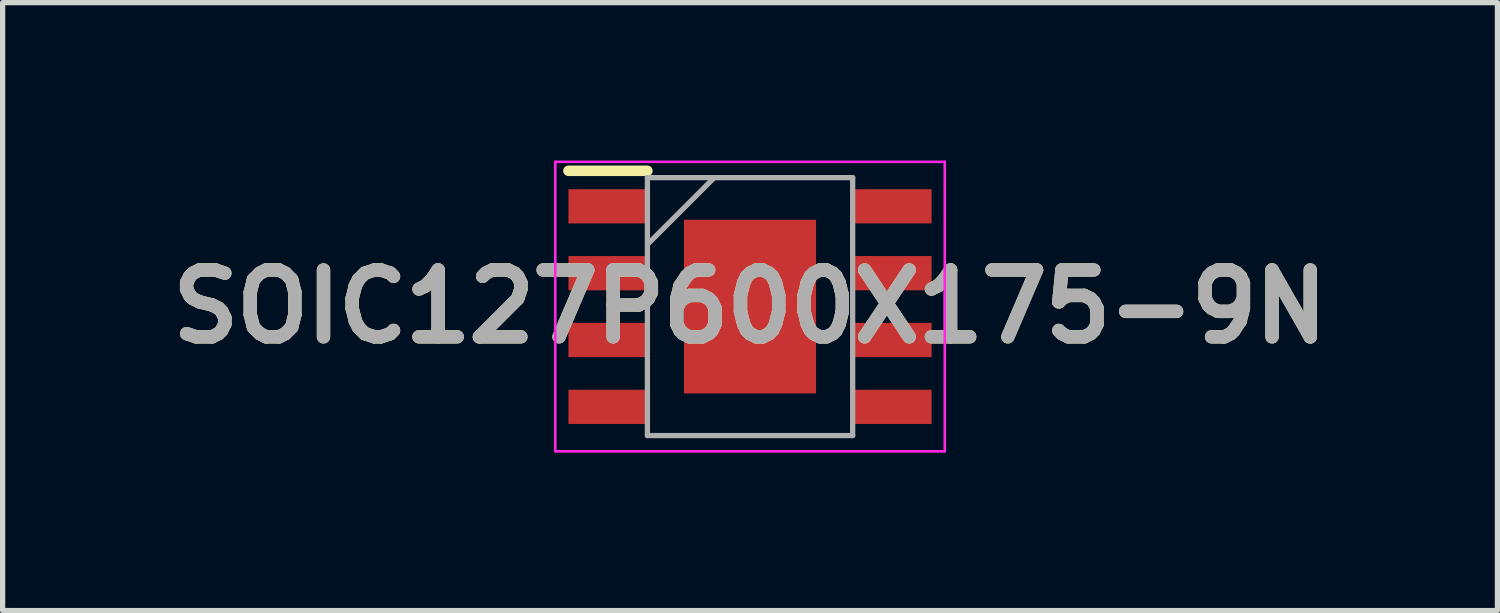
<source format=kicad_pcb>
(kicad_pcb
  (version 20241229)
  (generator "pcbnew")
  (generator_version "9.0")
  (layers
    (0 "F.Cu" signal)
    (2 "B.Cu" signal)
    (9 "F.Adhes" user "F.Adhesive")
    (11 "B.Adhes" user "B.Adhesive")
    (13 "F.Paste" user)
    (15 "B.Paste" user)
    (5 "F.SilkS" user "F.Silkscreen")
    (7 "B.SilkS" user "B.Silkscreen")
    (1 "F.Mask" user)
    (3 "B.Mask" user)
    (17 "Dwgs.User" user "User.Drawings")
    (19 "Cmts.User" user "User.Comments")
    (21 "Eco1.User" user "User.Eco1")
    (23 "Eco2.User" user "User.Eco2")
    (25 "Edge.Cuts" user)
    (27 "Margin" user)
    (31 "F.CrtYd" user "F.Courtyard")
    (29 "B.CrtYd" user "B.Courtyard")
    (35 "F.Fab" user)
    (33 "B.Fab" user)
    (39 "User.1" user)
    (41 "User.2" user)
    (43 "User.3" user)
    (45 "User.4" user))
  (footprint "SOIC127P600X175-9N"
    (layer "F.Cu")
    (at 11.2 2.775)
    (property "Reference" "SOIC127P600X175-9N" (at 0 0 0) (layer "F.SilkS") (effects (font (size 1.27 1.27) (thickness 0.254))))
    (attr smd)
    (fp_line (start -3.45 -2.58) (end -1.95 -2.58) (stroke (width 0.2) (type solid)) (layer "F.SilkS"))
    (fp_line (start -3.7 -2.75) (end 3.7 -2.75) (stroke (width 0.05) (type solid)) (layer "F.CrtYd"))
    (fp_line (start -3.7 2.75) (end -3.7 -2.75) (stroke (width 0.05) (type solid)) (layer "F.CrtYd"))
    (fp_line (start 3.7 -2.75) (end 3.7 2.75) (stroke (width 0.05) (type solid)) (layer "F.CrtYd"))
    (fp_line (start 3.7 2.75) (end -3.7 2.75) (stroke (width 0.05) (type solid)) (layer "F.CrtYd"))
    (fp_line (start -1.95 -2.45) (end 1.95 -2.45) (stroke (width 0.1) (type solid)) (layer "F.Fab"))
    (fp_line (start -1.95 -1.18) (end -0.68 -2.45) (stroke (width 0.1) (type solid)) (layer "F.Fab"))
    (fp_line (start -1.95 2.45) (end -1.95 -2.45) (stroke (width 0.1) (type solid)) (layer "F.Fab"))
    (fp_line (start 1.95 -2.45) (end 1.95 2.45) (stroke (width 0.1) (type solid)) (layer "F.Fab"))
    (fp_line (start 1.95 2.45) (end -1.95 2.45) (stroke (width 0.1) (type solid)) (layer "F.Fab"))
    (fp_text user "${REFERENCE}" (at 0 0 0) (layer "F.Fab") (effects (font (size 1.27 1.27) (thickness 0.254))))
    (pad "1" smd rect (at -2.7 -1.905 90) (size 0.65 1.5) (layers "F.Cu" "F.Mask" "F.Paste"))
    (pad "2" smd rect (at -2.7 -0.635 90) (size 0.65 1.5) (layers "F.Cu" "F.Mask" "F.Paste"))
    (pad "3" smd rect (at -2.7 0.635 90) (size 0.65 1.5) (layers "F.Cu" "F.Mask" "F.Paste"))
    (pad "4" smd rect (at -2.7 1.905 90) (size 0.65 1.5) (layers "F.Cu" "F.Mask" "F.Paste"))
    (pad "5" smd rect (at 2.7 1.905 90) (size 0.65 1.5) (layers "F.Cu" "F.Mask" "F.Paste"))
    (pad "6" smd rect (at 2.7 0.635 90) (size 0.65 1.5) (layers "F.Cu" "F.Mask" "F.Paste"))
    (pad "7" smd rect (at 2.7 -0.635 90) (size 0.65 1.5) (layers "F.Cu" "F.Mask" "F.Paste"))
    (pad "8" smd rect (at 2.7 -1.905 90) (size 0.65 1.5) (layers "F.Cu" "F.Mask" "F.Paste"))
    (pad "9" smd rect (at 0 0) (size 2.51 3.3) (layers "F.Cu" "F.Mask" "F.Paste")))
  (gr_rect
    (start -3 -3)
    (end 25.4 8.55)
    (stroke (width 0.1) (type default))
    (fill no)
    (layer "Edge.Cuts")))
</source>
